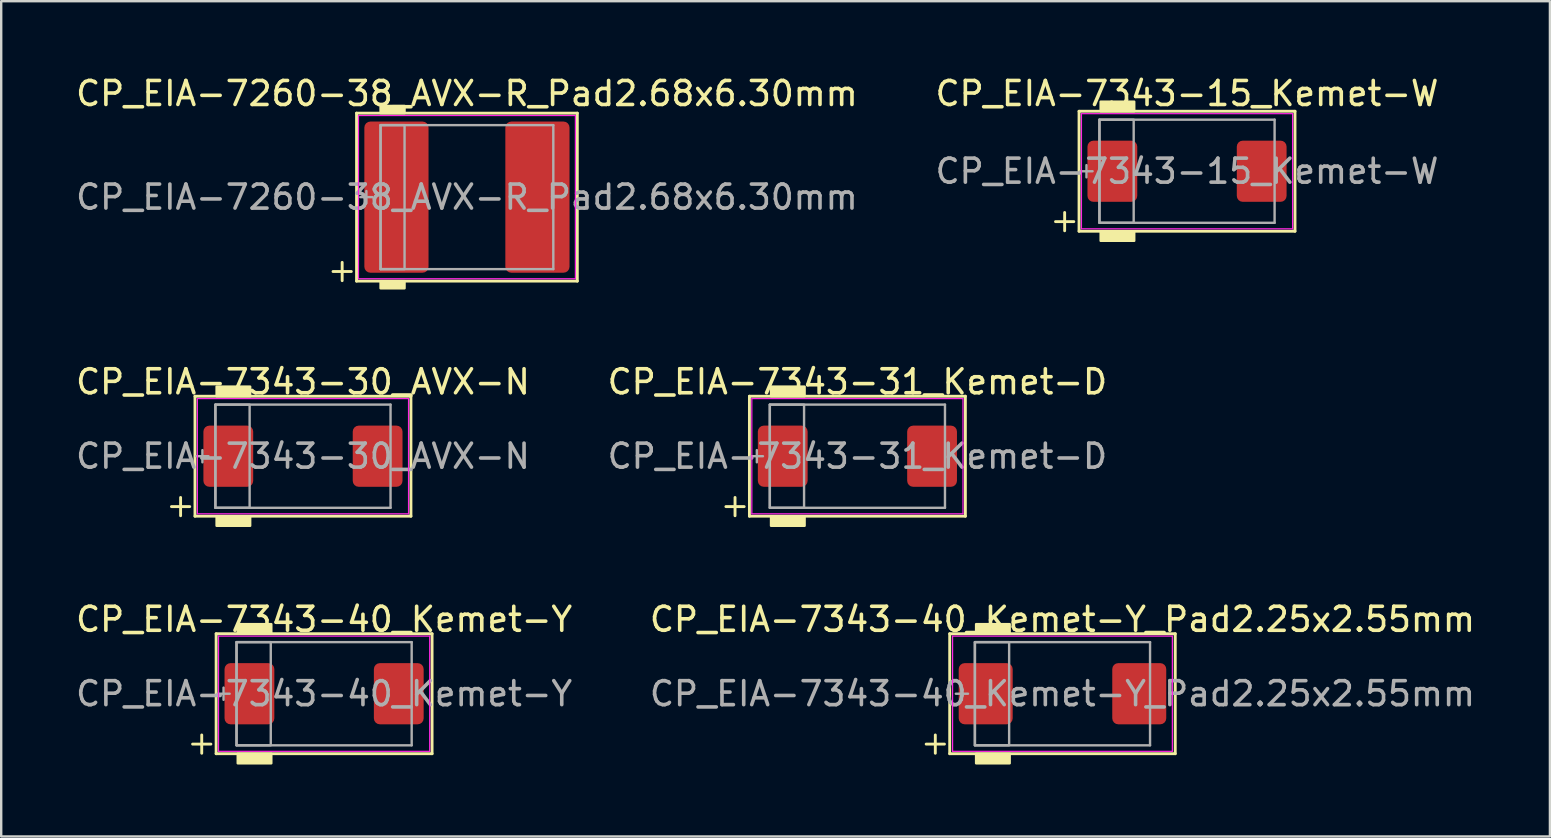
<source format=kicad_pcb>
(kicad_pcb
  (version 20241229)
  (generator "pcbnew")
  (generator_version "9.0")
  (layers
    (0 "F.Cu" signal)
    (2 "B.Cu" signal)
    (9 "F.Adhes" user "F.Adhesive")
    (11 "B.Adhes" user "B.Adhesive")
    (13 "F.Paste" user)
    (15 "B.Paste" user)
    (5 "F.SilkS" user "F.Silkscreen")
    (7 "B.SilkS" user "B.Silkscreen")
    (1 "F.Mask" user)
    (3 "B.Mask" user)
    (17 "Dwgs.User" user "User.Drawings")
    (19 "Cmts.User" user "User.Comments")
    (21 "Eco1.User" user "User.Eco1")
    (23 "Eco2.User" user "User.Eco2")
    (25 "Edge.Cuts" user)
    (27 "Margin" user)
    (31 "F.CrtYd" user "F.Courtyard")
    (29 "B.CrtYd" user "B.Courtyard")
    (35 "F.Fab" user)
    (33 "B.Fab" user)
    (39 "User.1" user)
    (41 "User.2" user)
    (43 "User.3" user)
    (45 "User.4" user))
  (footprint "CP_EIA-7343-31_Kemet-D"
    (layer "F.Cu")
    (at 32.685 15.964)
    (property "Reference" "CP_EIA-7343-31_Kemet-D" (at 0 -3.1 0) (layer "F.SilkS") (effects (font (size 1 1) (thickness 0.15))))
    (attr smd)
    (fp_line (start -5.481 2.1) (end -4.719 2.1) (stroke (width 0.12) (type solid)) (layer "F.SilkS"))
    (fp_line (start -5.1 1.719) (end -5.1 2.481) (stroke (width 0.12) (type solid)) (layer "F.SilkS"))
    (fp_line (start -4.5 -2.5) (end -4.5 2.5) (stroke (width 0.12) (type solid)) (layer "F.SilkS"))
    (fp_line (start -4.5 2.5) (end 4.5 2.5) (stroke (width 0.12) (type solid)) (layer "F.SilkS"))
    (fp_line (start 4.5 -2.5) (end -4.5 -2.5) (stroke (width 0.12) (type solid)) (layer "F.SilkS"))
    (fp_line (start 4.5 2.5) (end 4.5 -2.5) (stroke (width 0.12) (type solid)) (layer "F.SilkS"))
    (fp_poly (pts (xy -2.2 -2.5) (xy -3.6 -2.5) (xy -3.6 -2.9) (xy -2.2 -2.9)) (stroke (width 0.1) (type solid)) (fill yes) (layer "F.SilkS"))
    (fp_poly (pts (xy -2.2 2.9) (xy -3.6 2.9) (xy -3.6 2.5) (xy -2.2 2.5)) (stroke (width 0.1) (type solid)) (fill yes) (layer "F.SilkS"))
    (fp_line (start -4.4 -2.4) (end 4.4 -2.4) (stroke (width 0.05) (type solid)) (layer "F.CrtYd"))
    (fp_line (start -4.4 2.4) (end -4.4 -2.4) (stroke (width 0.05) (type solid)) (layer "F.CrtYd"))
    (fp_line (start 4.4 -2.4) (end 4.4 2.4) (stroke (width 0.05) (type solid)) (layer "F.CrtYd"))
    (fp_line (start 4.4 2.4) (end -4.4 2.4) (stroke (width 0.05) (type solid)) (layer "F.CrtYd"))
    (fp_line (start -4.191 -0.254) (end -4.191 0.254) (stroke (width 0.1) (type solid)) (layer "F.Fab"))
    (fp_line (start -3.937 0) (end -4.445 0) (stroke (width 0.1) (type solid)) (layer "F.Fab"))
    (fp_line (start -3.65 -2.15) (end -3.65 2.15) (stroke (width 0.1) (type solid)) (layer "F.Fab"))
    (fp_line (start -3.65 2.15) (end 3.65 2.15) (stroke (width 0.1) (type solid)) (layer "F.Fab"))
    (fp_line (start 3.65 -2.15) (end -3.65 -2.15) (stroke (width 0.1) (type solid)) (layer "F.Fab"))
    (fp_line (start 3.65 2.15) (end 3.65 -2.15) (stroke (width 0.1) (type solid)) (layer "F.Fab"))
    (fp_rect (start -3.65 -2.15) (end -2.223 2.15) (stroke (width 0.1) (type solid)) (fill no) (layer "F.Fab"))
    (fp_text user "${REFERENCE}" (at 0 0 0) (layer "F.Fab") (effects (font (size 1 1) (thickness 0.15))))
    (pad "1" smd roundrect (at -3.112 0) (size 2.075 2.55) (layers "F.Cu" "F.Mask" "F.Paste") (roundrect_rratio 0.12))
    (pad "2" smd roundrect (at 3.112 0) (size 2.075 2.55) (layers "F.Cu" "F.Mask" "F.Paste") (roundrect_rratio 0.12)))
  (footprint "CP_EIA-7343-40_Kemet-Y_Pad2.25x2.55mm"
    (layer "F.Cu")
    (at 41.232 25.863)
    (property "Reference" "CP_EIA-7343-40_Kemet-Y_Pad2.25x2.55mm" (at 0 -3.1 0) (layer "F.SilkS") (effects (font (size 1 1) (thickness 0.15))))
    (attr smd)
    (fp_line (start -5.681 2.1) (end -4.919 2.1) (stroke (width 0.12) (type solid)) (layer "F.SilkS"))
    (fp_line (start -5.3 1.719) (end -5.3 2.481) (stroke (width 0.12) (type solid)) (layer "F.SilkS"))
    (fp_line (start -4.7 -2.5) (end -4.7 2.5) (stroke (width 0.12) (type solid)) (layer "F.SilkS"))
    (fp_line (start -4.7 2.5) (end 4.7 2.5) (stroke (width 0.12) (type solid)) (layer "F.SilkS"))
    (fp_line (start 4.7 -2.5) (end -4.7 -2.5) (stroke (width 0.12) (type solid)) (layer "F.SilkS"))
    (fp_line (start 4.7 2.5) (end 4.7 -2.5) (stroke (width 0.12) (type solid)) (layer "F.SilkS"))
    (fp_poly (pts (xy -2.2 -2.5) (xy -3.6 -2.5) (xy -3.6 -2.9) (xy -2.2 -2.9)) (stroke (width 0.1) (type solid)) (fill yes) (layer "F.SilkS"))
    (fp_poly (pts (xy -2.2 2.9) (xy -3.6 2.9) (xy -3.6 2.5) (xy -2.2 2.5)) (stroke (width 0.1) (type solid)) (fill yes) (layer "F.SilkS"))
    (fp_line (start -4.58 -2.4) (end 4.58 -2.4) (stroke (width 0.05) (type solid)) (layer "F.CrtYd"))
    (fp_line (start -4.58 2.4) (end -4.58 -2.4) (stroke (width 0.05) (type solid)) (layer "F.CrtYd"))
    (fp_line (start 4.58 -2.4) (end 4.58 2.4) (stroke (width 0.05) (type solid)) (layer "F.CrtYd"))
    (fp_line (start 4.58 2.4) (end -4.58 2.4) (stroke (width 0.05) (type solid)) (layer "F.CrtYd"))
    (fp_line (start -4.191 -0.254) (end -4.191 0.254) (stroke (width 0.1) (type solid)) (layer "F.Fab"))
    (fp_line (start -3.937 0) (end -4.445 0) (stroke (width 0.1) (type solid)) (layer "F.Fab"))
    (fp_line (start -3.65 -2.15) (end -3.65 2.15) (stroke (width 0.1) (type solid)) (layer "F.Fab"))
    (fp_line (start -3.65 2.15) (end 3.65 2.15) (stroke (width 0.1) (type solid)) (layer "F.Fab"))
    (fp_line (start 3.65 -2.15) (end -3.65 -2.15) (stroke (width 0.1) (type solid)) (layer "F.Fab"))
    (fp_line (start 3.65 2.15) (end 3.65 -2.15) (stroke (width 0.1) (type solid)) (layer "F.Fab"))
    (fp_rect (start -3.65 -2.15) (end -2.223 2.15) (stroke (width 0.1) (type solid)) (fill no) (layer "F.Fab"))
    (fp_text user "${REFERENCE}" (at 0 0 0) (layer "F.Fab") (effects (font (size 1 1) (thickness 0.15))))
    (pad "1" smd roundrect (at -3.2 0) (size 2.25 2.55) (layers "F.Cu" "F.Mask" "F.Paste") (roundrect_rratio 0.111))
    (pad "2" smd roundrect (at 3.2 0) (size 2.25 2.55) (layers "F.Cu" "F.Mask" "F.Paste") (roundrect_rratio 0.111)))
  (footprint "CP_EIA-7343-15_Kemet-W"
    (layer "F.Cu")
    (at 46.423 4.087)
    (property "Reference" "CP_EIA-7343-15_Kemet-W" (at 0 -3.239 0) (layer "F.SilkS") (effects (font (size 1 1) (thickness 0.15))))
    (attr smd)
    (fp_line (start -5.481 2.1) (end -4.719 2.1) (stroke (width 0.12) (type solid)) (layer "F.SilkS"))
    (fp_line (start -5.1 1.719) (end -5.1 2.481) (stroke (width 0.12) (type solid)) (layer "F.SilkS"))
    (fp_line (start -4.5 -2.5) (end -4.5 2.5) (stroke (width 0.12) (type solid)) (layer "F.SilkS"))
    (fp_line (start -4.5 2.5) (end 4.5 2.5) (stroke (width 0.12) (type solid)) (layer "F.SilkS"))
    (fp_line (start 4.5 -2.5) (end -4.5 -2.5) (stroke (width 0.12) (type solid)) (layer "F.SilkS"))
    (fp_line (start 4.5 2.5) (end 4.5 -2.5) (stroke (width 0.12) (type solid)) (layer "F.SilkS"))
    (fp_poly (pts (xy -2.2 -2.5) (xy -3.6 -2.5) (xy -3.6 -2.9) (xy -2.2 -2.9)) (stroke (width 0.1) (type solid)) (fill yes) (layer "F.SilkS"))
    (fp_poly (pts (xy -2.2 2.9) (xy -3.6 2.9) (xy -3.6 2.5) (xy -2.2 2.5)) (stroke (width 0.1) (type solid)) (fill yes) (layer "F.SilkS"))
    (fp_line (start -4.4 -2.4) (end 4.4 -2.4) (stroke (width 0.05) (type solid)) (layer "F.CrtYd"))
    (fp_line (start -4.4 2.4) (end -4.4 -2.4) (stroke (width 0.05) (type solid)) (layer "F.CrtYd"))
    (fp_line (start 4.4 -2.4) (end 4.4 2.4) (stroke (width 0.05) (type solid)) (layer "F.CrtYd"))
    (fp_line (start 4.4 2.4) (end -4.4 2.4) (stroke (width 0.05) (type solid)) (layer "F.CrtYd"))
    (fp_line (start -4.191 -0.254) (end -4.191 0.254) (stroke (width 0.1) (type solid)) (layer "F.Fab"))
    (fp_line (start -3.937 0) (end -4.445 0) (stroke (width 0.1) (type solid)) (layer "F.Fab"))
    (fp_line (start -3.65 -2.15) (end -3.65 2.15) (stroke (width 0.1) (type solid)) (layer "F.Fab"))
    (fp_line (start -3.65 2.15) (end 3.65 2.15) (stroke (width 0.1) (type solid)) (layer "F.Fab"))
    (fp_line (start 3.65 -2.15) (end -3.65 -2.15) (stroke (width 0.1) (type solid)) (layer "F.Fab"))
    (fp_line (start 3.65 2.15) (end 3.65 -2.15) (stroke (width 0.1) (type solid)) (layer "F.Fab"))
    (fp_rect (start -3.65 -2.15) (end -2.223 2.15) (stroke (width 0.1) (type solid)) (fill no) (layer "F.Fab"))
    (fp_text user "${REFERENCE}" (at 0 0 0) (layer "F.Fab") (effects (font (size 1 1) (thickness 0.15))))
    (pad "1" smd roundrect (at -3.112 0) (size 2.075 2.55) (layers "F.Cu" "F.Mask" "F.Paste") (roundrect_rratio 0.12))
    (pad "2" smd roundrect (at 3.112 0) (size 2.075 2.55) (layers "F.Cu" "F.Mask" "F.Paste") (roundrect_rratio 0.12)))
  (footprint "CP_EIA-7343-40_Kemet-Y"
    (layer "F.Cu")
    (at 10.458 25.863)
    (property "Reference" "CP_EIA-7343-40_Kemet-Y" (at 0 -3.1 0) (layer "F.SilkS") (effects (font (size 1 1) (thickness 0.15))))
    (attr smd)
    (fp_line (start -5.481 2.1) (end -4.719 2.1) (stroke (width 0.12) (type solid)) (layer "F.SilkS"))
    (fp_line (start -5.1 1.719) (end -5.1 2.481) (stroke (width 0.12) (type solid)) (layer "F.SilkS"))
    (fp_line (start -4.5 -2.5) (end -4.5 2.5) (stroke (width 0.12) (type solid)) (layer "F.SilkS"))
    (fp_line (start -4.5 2.5) (end 4.5 2.5) (stroke (width 0.12) (type solid)) (layer "F.SilkS"))
    (fp_line (start 4.5 -2.5) (end -4.5 -2.5) (stroke (width 0.12) (type solid)) (layer "F.SilkS"))
    (fp_line (start 4.5 2.5) (end 4.5 -2.5) (stroke (width 0.12) (type solid)) (layer "F.SilkS"))
    (fp_poly (pts (xy -2.2 -2.5) (xy -3.6 -2.5) (xy -3.6 -2.9) (xy -2.2 -2.9)) (stroke (width 0.1) (type solid)) (fill yes) (layer "F.SilkS"))
    (fp_poly (pts (xy -2.2 2.9) (xy -3.6 2.9) (xy -3.6 2.5) (xy -2.2 2.5)) (stroke (width 0.1) (type solid)) (fill yes) (layer "F.SilkS"))
    (fp_line (start -4.4 -2.4) (end 4.4 -2.4) (stroke (width 0.05) (type solid)) (layer "F.CrtYd"))
    (fp_line (start -4.4 2.4) (end -4.4 -2.4) (stroke (width 0.05) (type solid)) (layer "F.CrtYd"))
    (fp_line (start 4.4 -2.4) (end 4.4 2.4) (stroke (width 0.05) (type solid)) (layer "F.CrtYd"))
    (fp_line (start 4.4 2.4) (end -4.4 2.4) (stroke (width 0.05) (type solid)) (layer "F.CrtYd"))
    (fp_line (start -4.191 -0.254) (end -4.191 0.254) (stroke (width 0.1) (type solid)) (layer "F.Fab"))
    (fp_line (start -3.937 0) (end -4.445 0) (stroke (width 0.1) (type solid)) (layer "F.Fab"))
    (fp_line (start -3.65 -2.15) (end -3.65 2.15) (stroke (width 0.1) (type solid)) (layer "F.Fab"))
    (fp_line (start -3.65 2.15) (end 3.65 2.15) (stroke (width 0.1) (type solid)) (layer "F.Fab"))
    (fp_line (start 3.65 -2.15) (end -3.65 -2.15) (stroke (width 0.1) (type solid)) (layer "F.Fab"))
    (fp_line (start 3.65 2.15) (end 3.65 -2.15) (stroke (width 0.1) (type solid)) (layer "F.Fab"))
    (fp_rect (start -3.65 -2.15) (end -2.223 2.15) (stroke (width 0.1) (type solid)) (fill no) (layer "F.Fab"))
    (fp_text user "${REFERENCE}" (at 0 0 0) (layer "F.Fab") (effects (font (size 1 1) (thickness 0.15))))
    (pad "1" smd roundrect (at -3.112 0) (size 2.075 2.55) (layers "F.Cu" "F.Mask" "F.Paste") (roundrect_rratio 0.12))
    (pad "2" smd roundrect (at 3.112 0) (size 2.075 2.55) (layers "F.Cu" "F.Mask" "F.Paste") (roundrect_rratio 0.12)))
  (footprint "CP_EIA-7343-30_AVX-N"
    (layer "F.Cu")
    (at 9.577 15.964)
    (property "Reference" "CP_EIA-7343-30_AVX-N" (at 0 -3.1 0) (layer "F.SilkS") (effects (font (size 1 1) (thickness 0.15))))
    (attr smd)
    (fp_line (start -5.481 2.1) (end -4.719 2.1) (stroke (width 0.12) (type solid)) (layer "F.SilkS"))
    (fp_line (start -5.1 1.719) (end -5.1 2.481) (stroke (width 0.12) (type solid)) (layer "F.SilkS"))
    (fp_line (start -4.5 -2.5) (end -4.5 2.5) (stroke (width 0.12) (type solid)) (layer "F.SilkS"))
    (fp_line (start -4.5 2.5) (end 4.5 2.5) (stroke (width 0.12) (type solid)) (layer "F.SilkS"))
    (fp_line (start 4.5 -2.5) (end -4.5 -2.5) (stroke (width 0.12) (type solid)) (layer "F.SilkS"))
    (fp_line (start 4.5 2.5) (end 4.5 -2.5) (stroke (width 0.12) (type solid)) (layer "F.SilkS"))
    (fp_poly (pts (xy -2.2 -2.5) (xy -3.6 -2.5) (xy -3.6 -2.9) (xy -2.2 -2.9)) (stroke (width 0.1) (type solid)) (fill yes) (layer "F.SilkS"))
    (fp_poly (pts (xy -2.2 2.9) (xy -3.6 2.9) (xy -3.6 2.5) (xy -2.2 2.5)) (stroke (width 0.1) (type solid)) (fill yes) (layer "F.SilkS"))
    (fp_line (start -4.4 -2.4) (end 4.4 -2.4) (stroke (width 0.05) (type solid)) (layer "F.CrtYd"))
    (fp_line (start -4.4 2.4) (end -4.4 -2.4) (stroke (width 0.05) (type solid)) (layer "F.CrtYd"))
    (fp_line (start 4.4 -2.4) (end 4.4 2.4) (stroke (width 0.05) (type solid)) (layer "F.CrtYd"))
    (fp_line (start 4.4 2.4) (end -4.4 2.4) (stroke (width 0.05) (type solid)) (layer "F.CrtYd"))
    (fp_line (start -4.191 -0.254) (end -4.191 0.254) (stroke (width 0.1) (type solid)) (layer "F.Fab"))
    (fp_line (start -3.937 0) (end -4.445 0) (stroke (width 0.1) (type solid)) (layer "F.Fab"))
    (fp_line (start -3.65 -2.15) (end -3.65 2.15) (stroke (width 0.1) (type solid)) (layer "F.Fab"))
    (fp_line (start -3.65 2.15) (end 3.65 2.15) (stroke (width 0.1) (type solid)) (layer "F.Fab"))
    (fp_line (start 3.65 -2.15) (end -3.65 -2.15) (stroke (width 0.1) (type solid)) (layer "F.Fab"))
    (fp_line (start 3.65 2.15) (end 3.65 -2.15) (stroke (width 0.1) (type solid)) (layer "F.Fab"))
    (fp_rect (start -3.65 -2.15) (end -2.223 2.15) (stroke (width 0.1) (type solid)) (fill no) (layer "F.Fab"))
    (fp_text user "${REFERENCE}" (at 0 0 0) (layer "F.Fab") (effects (font (size 1 1) (thickness 0.15))))
    (pad "1" smd roundrect (at -3.112 0) (size 2.075 2.55) (layers "F.Cu" "F.Mask" "F.Paste") (roundrect_rratio 0.12))
    (pad "2" smd roundrect (at 3.112 0) (size 2.075 2.55) (layers "F.Cu" "F.Mask" "F.Paste") (roundrect_rratio 0.12)))
  (footprint "CP_EIA-7260-38_AVX-R_Pad2.68x6.30mm"
    (layer "F.Cu")
    (at 16.411 5.166)
    (property "Reference" "CP_EIA-7260-38_AVX-R_Pad2.68x6.30mm" (at 0 -4.318 0) (layer "F.SilkS") (effects (font (size 1 1) (thickness 0.15))))
    (attr smd)
    (fp_line (start -5.581 3.1) (end -4.819 3.1) (stroke (width 0.12) (type solid)) (layer "F.SilkS"))
    (fp_line (start -5.2 2.719) (end -5.2 3.481) (stroke (width 0.12) (type solid)) (layer "F.SilkS"))
    (fp_line (start -4.6 -3.5) (end -4.6 3.5) (stroke (width 0.12) (type solid)) (layer "F.SilkS"))
    (fp_line (start -4.6 3.5) (end 4.6 3.5) (stroke (width 0.12) (type solid)) (layer "F.SilkS"))
    (fp_line (start 4.6 -3.5) (end -4.6 -3.5) (stroke (width 0.12) (type solid)) (layer "F.SilkS"))
    (fp_line (start 4.6 3.5) (end 4.6 -3.5) (stroke (width 0.12) (type solid)) (layer "F.SilkS"))
    (fp_poly (pts (xy -2.6 -3.5) (xy -3.6 -3.5) (xy -3.6 -3.8) (xy -2.6 -3.8)) (stroke (width 0.1) (type solid)) (fill yes) (layer "F.SilkS"))
    (fp_poly (pts (xy -2.6 3.8) (xy -3.6 3.8) (xy -3.6 3.5) (xy -2.6 3.5)) (stroke (width 0.1) (type solid)) (fill yes) (layer "F.SilkS"))
    (fp_line (start -4.52 -3.4) (end 4.52 -3.4) (stroke (width 0.05) (type solid)) (layer "F.CrtYd"))
    (fp_line (start -4.52 3.4) (end -4.52 -3.4) (stroke (width 0.05) (type solid)) (layer "F.CrtYd"))
    (fp_line (start 4.52 -3.4) (end 4.52 3.4) (stroke (width 0.05) (type solid)) (layer "F.CrtYd"))
    (fp_line (start 4.52 3.4) (end -4.52 3.4) (stroke (width 0.05) (type solid)) (layer "F.CrtYd"))
    (fp_line (start -4.191 -0.254) (end -4.191 0.254) (stroke (width 0.1) (type solid)) (layer "F.Fab"))
    (fp_line (start -3.937 0) (end -4.445 0) (stroke (width 0.1) (type solid)) (layer "F.Fab"))
    (fp_line (start -3.6 -3) (end -3.6 3) (stroke (width 0.1) (type solid)) (layer "F.Fab"))
    (fp_line (start -3.6 3) (end 3.6 3) (stroke (width 0.1) (type solid)) (layer "F.Fab"))
    (fp_line (start 3.6 -3) (end -3.6 -3) (stroke (width 0.1) (type solid)) (layer "F.Fab"))
    (fp_line (start 3.6 3) (end 3.6 -3) (stroke (width 0.1) (type solid)) (layer "F.Fab"))
    (fp_rect (start -3.6 -3) (end -2.6 3) (stroke (width 0.1) (type solid)) (fill no) (layer "F.Fab"))
    (fp_text user "${REFERENCE}" (at 0 0 0) (layer "F.Fab") (effects (font (size 1 1) (thickness 0.15))))
    (pad "1" smd roundrect (at -2.938 0) (size 2.675 6.3) (layers "F.Cu" "F.Mask" "F.Paste") (roundrect_rratio 0.093))
    (pad "2" smd roundrect (at 2.938 0) (size 2.675 6.3) (layers "F.Cu" "F.Mask" "F.Paste") (roundrect_rratio 0.093)))
  (gr_rect
    (start -3 -3)
    (end 61.548 31.813)
    (stroke (width 0.1) (type default))
    (fill no)
    (layer "Edge.Cuts")))
</source>
